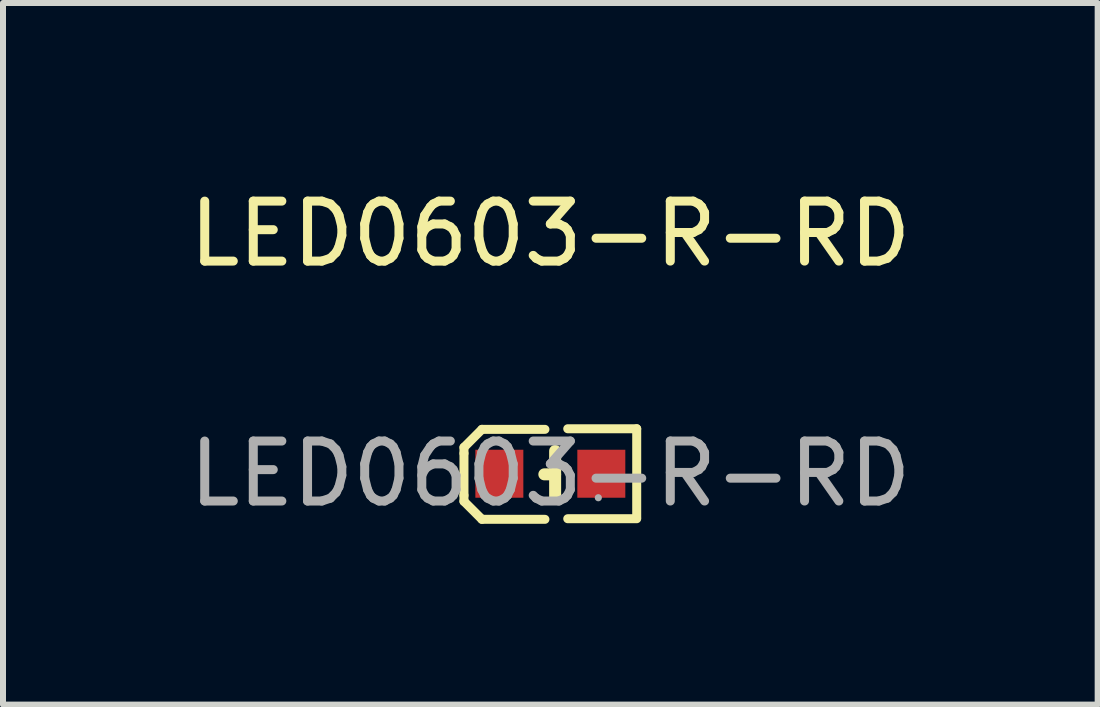
<source format=kicad_pcb>
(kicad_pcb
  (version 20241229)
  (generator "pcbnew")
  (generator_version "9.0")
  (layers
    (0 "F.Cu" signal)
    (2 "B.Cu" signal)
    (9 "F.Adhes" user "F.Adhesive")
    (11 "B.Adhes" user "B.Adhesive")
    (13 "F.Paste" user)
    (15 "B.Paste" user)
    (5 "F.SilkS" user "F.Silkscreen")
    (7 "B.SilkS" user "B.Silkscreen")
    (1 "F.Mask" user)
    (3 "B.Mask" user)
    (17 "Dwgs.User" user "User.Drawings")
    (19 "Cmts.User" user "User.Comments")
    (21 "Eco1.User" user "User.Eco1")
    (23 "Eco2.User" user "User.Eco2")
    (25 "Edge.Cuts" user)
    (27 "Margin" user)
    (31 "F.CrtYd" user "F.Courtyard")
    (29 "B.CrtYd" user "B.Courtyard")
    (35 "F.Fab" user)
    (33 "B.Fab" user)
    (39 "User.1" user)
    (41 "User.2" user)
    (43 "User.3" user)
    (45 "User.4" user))
  (footprint "LED0603-R-RD"
    (layer "F.Cu")
    (at 6.125 4.848)
    (property "Reference" "LED0603-R-RD" (at 0 -4 0) (layer "F.SilkS") (effects (font (size 1 1) (thickness 0.15))))
    (attr smd)
    (fp_line (start -1.44 -0.44) (end -1.14 -0.74) (stroke (width 0.15) (type solid)) (layer "F.SilkS"))
    (fp_line (start -1.44 -0.34) (end -1.44 -0.44) (stroke (width 0.15) (type solid)) (layer "F.SilkS"))
    (fp_line (start -1.44 -0.34) (end -1.44 0.36) (stroke (width 0.15) (type solid)) (layer "F.SilkS"))
    (fp_line (start -1.44 0.36) (end -1.44 0.46) (stroke (width 0.15) (type solid)) (layer "F.SilkS"))
    (fp_line (start -1.44 0.46) (end -1.14 0.76) (stroke (width 0.15) (type solid)) (layer "F.SilkS"))
    (fp_line (start -0.09 -0.74) (end -1.14 -0.74) (stroke (width 0.15) (type solid)) (layer "F.SilkS"))
    (fp_line (start -0.09 0.76) (end -1.14 0.76) (stroke (width 0.15) (type solid)) (layer "F.SilkS"))
    (fp_line (start 0.08 0.01) (end -0.1 0.01) (stroke (width 0.2) (type solid)) (layer "F.SilkS"))
    (fp_line (start 0.08 0.41) (end 0.08 -0.38) (stroke (width 0.2) (type solid)) (layer "F.SilkS"))
    (fp_line (start 0.29 -0.75) (end 1.44 -0.75) (stroke (width 0.15) (type solid)) (layer "F.SilkS"))
    (fp_line (start 0.29 0.75) (end 1.44 0.75) (stroke (width 0.15) (type solid)) (layer "F.SilkS"))
    (fp_line (start 1.44 -0.75) (end 1.44 0.73) (stroke (width 0.15) (type solid)) (layer "F.SilkS"))
    (fp_circle (center 0.8 0.4) (end 0.83 0.4) (stroke (width 0.06) (type solid)) (fill no) (layer "F.Fab"))
    (fp_text user "${REFERENCE}" (at 0 0 0) (layer "F.Fab") (effects (font (size 1 1) (thickness 0.15))))
    (pad "1" smd rect (at 0.85 0 90) (size 0.8 0.8) (layers "F.Cu" "F.Mask" "F.Paste"))
    (pad "2" smd rect (at -0.85 0 90) (size 0.8 0.8) (layers "F.Cu" "F.Mask" "F.Paste")))
  (gr_rect
    (start -3 -3)
    (end 15.25 8.697)
    (stroke (width 0.1) (type default))
    (fill no)
    (layer "Edge.Cuts")))
</source>
